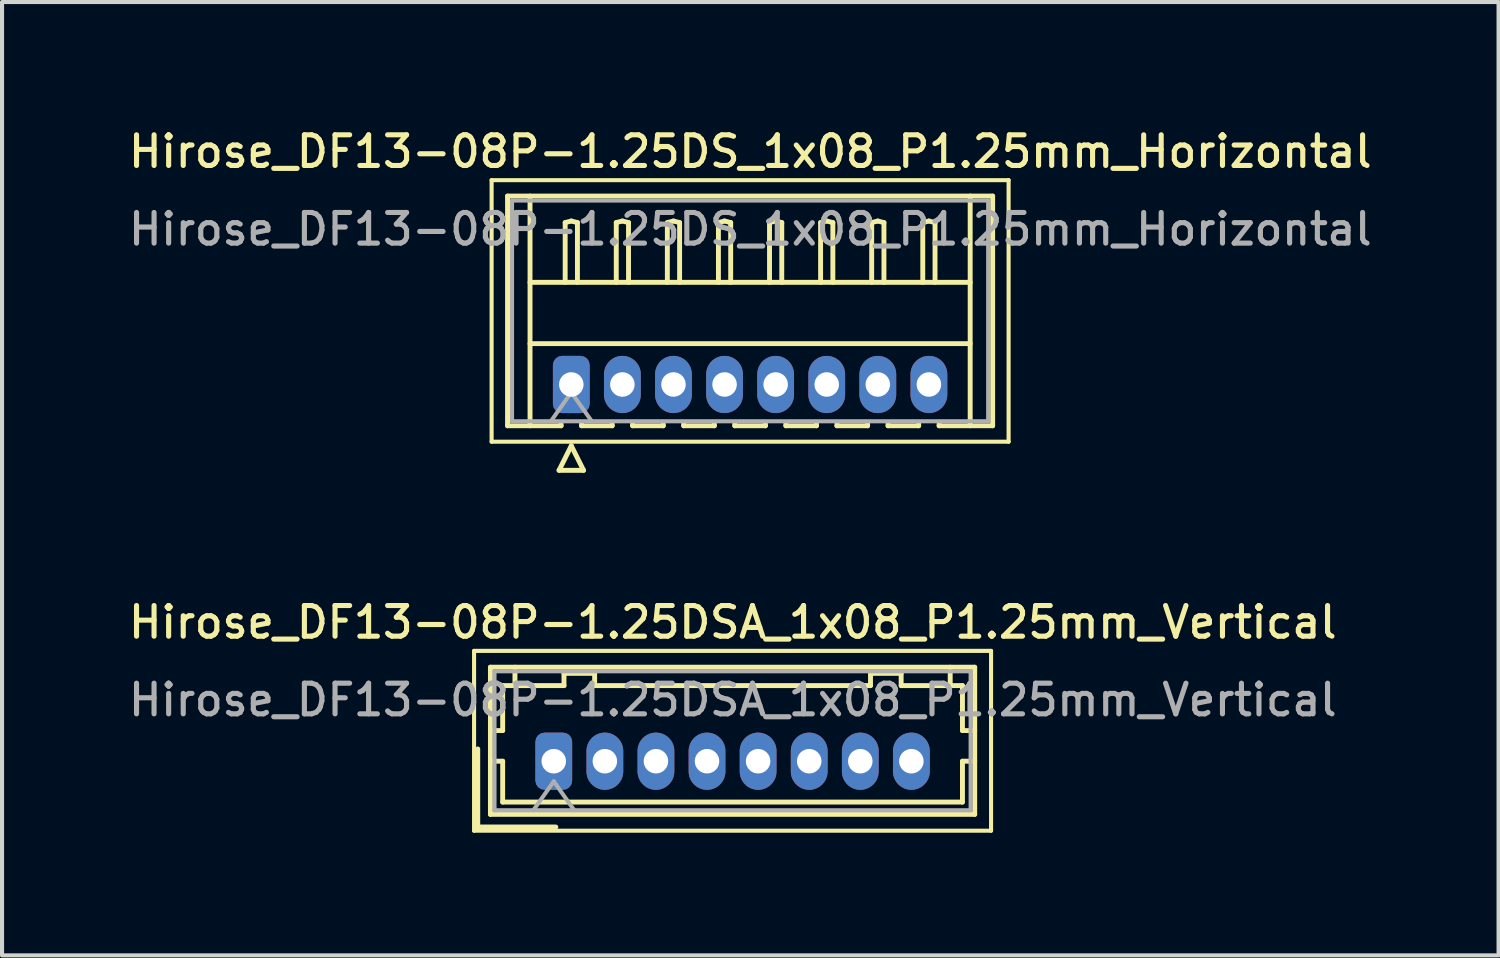
<source format=kicad_pcb>
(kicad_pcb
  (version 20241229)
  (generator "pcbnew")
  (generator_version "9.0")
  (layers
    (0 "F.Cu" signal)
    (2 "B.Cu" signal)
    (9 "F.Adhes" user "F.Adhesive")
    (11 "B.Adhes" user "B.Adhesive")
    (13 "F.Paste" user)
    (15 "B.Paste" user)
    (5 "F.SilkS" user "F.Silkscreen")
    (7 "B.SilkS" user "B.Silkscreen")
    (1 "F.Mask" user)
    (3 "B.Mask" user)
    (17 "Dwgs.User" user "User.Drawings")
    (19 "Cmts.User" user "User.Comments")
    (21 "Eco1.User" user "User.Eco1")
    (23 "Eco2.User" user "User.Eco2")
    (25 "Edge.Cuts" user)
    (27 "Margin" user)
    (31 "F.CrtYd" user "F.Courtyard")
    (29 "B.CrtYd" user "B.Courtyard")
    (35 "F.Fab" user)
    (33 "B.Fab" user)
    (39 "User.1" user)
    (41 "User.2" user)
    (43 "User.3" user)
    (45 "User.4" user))
  (footprint "Hirose_DF13-08P-1.25DSA_1x08_P1.25mm_Vertical"
    (layer "F.Cu")
    (at 10.5 15.576)
    (property "Reference" "Hirose_DF13-08P-1.25DSA_1x08_P1.25mm_Vertical" (at 4.38 -3.4 0) (layer "F.SilkS") (effects (font (size 0.75 0.75) (thickness 0.125))))
    (attr through_hole)
    (fp_line (start -1.95 -2.7) (end -1.95 1.7) (stroke (width 0.1) (type solid)) (layer "F.SilkS"))
    (fp_line (start -1.95 1.7) (end 10.7 1.7) (stroke (width 0.1) (type solid)) (layer "F.SilkS"))
    (fp_line (start -1.86 -0.3) (end -1.86 1.61) (stroke (width 0.12) (type solid)) (layer "F.SilkS"))
    (fp_line (start -1.86 1.61) (end 0.05 1.61) (stroke (width 0.12) (type solid)) (layer "F.SilkS"))
    (fp_line (start -1.55 -2.3) (end -1.55 1.3) (stroke (width 0.12) (type solid)) (layer "F.SilkS"))
    (fp_line (start -1.55 -0.75) (end -1.25 -0.75) (stroke (width 0.12) (type solid)) (layer "F.SilkS"))
    (fp_line (start -1.55 0) (end -1.25 0) (stroke (width 0.12) (type solid)) (layer "F.SilkS"))
    (fp_line (start -1.55 1.3) (end 10.3 1.3) (stroke (width 0.12) (type solid)) (layer "F.SilkS"))
    (fp_line (start -1.25 -1.85) (end -0.95 -1.85) (stroke (width 0.12) (type solid)) (layer "F.SilkS"))
    (fp_line (start -1.25 -0.75) (end -1.25 -1.85) (stroke (width 0.12) (type solid)) (layer "F.SilkS"))
    (fp_line (start -1.25 0) (end -1.25 1) (stroke (width 0.12) (type solid)) (layer "F.SilkS"))
    (fp_line (start -1.25 1) (end 10 1) (stroke (width 0.12) (type solid)) (layer "F.SilkS"))
    (fp_line (start -0.95 -1.85) (end -0.95 -2.3) (stroke (width 0.12) (type solid)) (layer "F.SilkS"))
    (fp_line (start -0.95 -1.85) (end 0.25 -1.85) (stroke (width 0.12) (type solid)) (layer "F.SilkS"))
    (fp_line (start 0.25 -2.15) (end 1 -2.15) (stroke (width 0.12) (type solid)) (layer "F.SilkS"))
    (fp_line (start 0.25 -1.85) (end 0.25 -2.15) (stroke (width 0.12) (type solid)) (layer "F.SilkS"))
    (fp_line (start 1 -2.15) (end 1 -1.85) (stroke (width 0.12) (type solid)) (layer "F.SilkS"))
    (fp_line (start 1 -1.85) (end 7.75 -1.85) (stroke (width 0.12) (type solid)) (layer "F.SilkS"))
    (fp_line (start 7.75 -2.15) (end 8.5 -2.15) (stroke (width 0.12) (type solid)) (layer "F.SilkS"))
    (fp_line (start 7.75 -1.85) (end 7.75 -2.15) (stroke (width 0.12) (type solid)) (layer "F.SilkS"))
    (fp_line (start 8.5 -2.15) (end 8.5 -1.85) (stroke (width 0.12) (type solid)) (layer "F.SilkS"))
    (fp_line (start 8.5 -1.85) (end 9.7 -1.85) (stroke (width 0.12) (type solid)) (layer "F.SilkS"))
    (fp_line (start 9.7 -1.85) (end 9.7 -2.3) (stroke (width 0.12) (type solid)) (layer "F.SilkS"))
    (fp_line (start 10 -1.85) (end 9.7 -1.85) (stroke (width 0.12) (type solid)) (layer "F.SilkS"))
    (fp_line (start 10 -0.75) (end 10 -1.85) (stroke (width 0.12) (type solid)) (layer "F.SilkS"))
    (fp_line (start 10 0) (end 10.3 0) (stroke (width 0.12) (type solid)) (layer "F.SilkS"))
    (fp_line (start 10 1) (end 10 0) (stroke (width 0.12) (type solid)) (layer "F.SilkS"))
    (fp_line (start 10.3 -2.3) (end -1.55 -2.3) (stroke (width 0.12) (type solid)) (layer "F.SilkS"))
    (fp_line (start 10.3 -0.75) (end 10 -0.75) (stroke (width 0.12) (type solid)) (layer "F.SilkS"))
    (fp_line (start 10.3 1.3) (end 10.3 -2.3) (stroke (width 0.12) (type solid)) (layer "F.SilkS"))
    (fp_line (start 10.7 -2.7) (end -1.95 -2.7) (stroke (width 0.1) (type solid)) (layer "F.SilkS"))
    (fp_line (start 10.7 1.7) (end 10.7 -2.7) (stroke (width 0.1) (type solid)) (layer "F.SilkS"))
    (fp_line (start -1.45 -2.2) (end -1.45 1.2) (stroke (width 0.1) (type solid)) (layer "F.Fab"))
    (fp_line (start -1.45 1.2) (end 10.2 1.2) (stroke (width 0.1) (type solid)) (layer "F.Fab"))
    (fp_line (start -0.5 1.2) (end 0 0.493) (stroke (width 0.1) (type solid)) (layer "F.Fab"))
    (fp_line (start 0 0.493) (end 0.5 1.2) (stroke (width 0.1) (type solid)) (layer "F.Fab"))
    (fp_line (start 10.2 -2.2) (end -1.45 -2.2) (stroke (width 0.1) (type solid)) (layer "F.Fab"))
    (fp_line (start 10.2 1.2) (end 10.2 -2.2) (stroke (width 0.1) (type solid)) (layer "F.Fab"))
    (fp_text user "${REFERENCE}" (at 4.38 -1.5 0) (layer "F.Fab") (effects (font (size 0.75 0.75) (thickness 0.125))))
    (pad "1" thru_hole roundrect (at 0 0) (size 0.9 1.4) (drill 0.6) (layers "*.Cu" "*.Mask") (roundrect_rratio 0.25))
    (pad "2" thru_hole oval (at 1.25 0) (size 0.9 1.4) (drill 0.6) (layers "*.Cu" "*.Mask"))
    (pad "3" thru_hole oval (at 2.5 0) (size 0.9 1.4) (drill 0.6) (layers "*.Cu" "*.Mask"))
    (pad "4" thru_hole oval (at 3.75 0) (size 0.9 1.4) (drill 0.6) (layers "*.Cu" "*.Mask"))
    (pad "5" thru_hole oval (at 5 0) (size 0.9 1.4) (drill 0.6) (layers "*.Cu" "*.Mask"))
    (pad "6" thru_hole oval (at 6.25 0) (size 0.9 1.4) (drill 0.6) (layers "*.Cu" "*.Mask"))
    (pad "7" thru_hole oval (at 7.5 0) (size 0.9 1.4) (drill 0.6) (layers "*.Cu" "*.Mask"))
    (pad "8" thru_hole oval (at 8.75 0) (size 0.9 1.4) (drill 0.6) (layers "*.Cu" "*.Mask")))
  (footprint "Hirose_DF13-08P-1.25DS_1x08_P1.25mm_Horizontal"
    (layer "F.Cu")
    (at 10.929 6.358)
    (property "Reference" "Hirose_DF13-08P-1.25DS_1x08_P1.25mm_Horizontal" (at 4.38 -5.7 0) (layer "F.SilkS") (effects (font (size 0.75 0.75) (thickness 0.125))))
    (attr through_hole)
    (fp_line (start -1.95 -5) (end -1.95 1.4) (stroke (width 0.1) (type solid)) (layer "F.SilkS"))
    (fp_line (start -1.95 1.4) (end 10.7 1.4) (stroke (width 0.1) (type solid)) (layer "F.SilkS"))
    (fp_line (start -1.56 -4.61) (end 10.31 -4.61) (stroke (width 0.12) (type solid)) (layer "F.SilkS"))
    (fp_line (start -1.56 1.01) (end -1.56 -4.61) (stroke (width 0.12) (type solid)) (layer "F.SilkS"))
    (fp_line (start -1.01 -4.61) (end -1.01 1.01) (stroke (width 0.12) (type solid)) (layer "F.SilkS"))
    (fp_line (start -1.01 -2.5) (end 9.76 -2.5) (stroke (width 0.12) (type solid)) (layer "F.SilkS"))
    (fp_line (start -1.01 -1) (end 9.76 -1) (stroke (width 0.12) (type solid)) (layer "F.SilkS"))
    (fp_line (start -0.3 2.1) (end 0.3 2.1) (stroke (width 0.12) (type solid)) (layer "F.SilkS"))
    (fp_line (start -0.25 0.96) (end -0.25 1.01) (stroke (width 0.12) (type solid)) (layer "F.SilkS"))
    (fp_line (start -0.25 1.01) (end -1.56 1.01) (stroke (width 0.12) (type solid)) (layer "F.SilkS"))
    (fp_line (start -0.15 -3.962) (end 0 -4) (stroke (width 0.12) (type solid)) (layer "F.SilkS"))
    (fp_line (start -0.15 -2.5) (end -0.15 -3.962) (stroke (width 0.12) (type solid)) (layer "F.SilkS"))
    (fp_line (start 0 -4) (end 0.15 -3.962) (stroke (width 0.12) (type solid)) (layer "F.SilkS"))
    (fp_line (start 0 1.5) (end -0.3 2.1) (stroke (width 0.12) (type solid)) (layer "F.SilkS"))
    (fp_line (start 0.15 -3.962) (end 0.15 -2.5) (stroke (width 0.12) (type solid)) (layer "F.SilkS"))
    (fp_line (start 0.25 0.96) (end 0.25 1.01) (stroke (width 0.12) (type solid)) (layer "F.SilkS"))
    (fp_line (start 0.25 1.01) (end 1 1.01) (stroke (width 0.12) (type solid)) (layer "F.SilkS"))
    (fp_line (start 0.3 2.1) (end 0 1.5) (stroke (width 0.12) (type solid)) (layer "F.SilkS"))
    (fp_line (start 1 1.01) (end 1 0.96) (stroke (width 0.12) (type solid)) (layer "F.SilkS"))
    (fp_line (start 1.1 -3.962) (end 1.25 -4) (stroke (width 0.12) (type solid)) (layer "F.SilkS"))
    (fp_line (start 1.1 -2.5) (end 1.1 -3.962) (stroke (width 0.12) (type solid)) (layer "F.SilkS"))
    (fp_line (start 1.25 -4) (end 1.4 -3.962) (stroke (width 0.12) (type solid)) (layer "F.SilkS"))
    (fp_line (start 1.4 -3.962) (end 1.4 -2.5) (stroke (width 0.12) (type solid)) (layer "F.SilkS"))
    (fp_line (start 1.5 0.96) (end 1.5 1.01) (stroke (width 0.12) (type solid)) (layer "F.SilkS"))
    (fp_line (start 1.5 1.01) (end 2.25 1.01) (stroke (width 0.12) (type solid)) (layer "F.SilkS"))
    (fp_line (start 2.25 1.01) (end 2.25 0.96) (stroke (width 0.12) (type solid)) (layer "F.SilkS"))
    (fp_line (start 2.35 -3.962) (end 2.5 -4) (stroke (width 0.12) (type solid)) (layer "F.SilkS"))
    (fp_line (start 2.35 -2.5) (end 2.35 -3.962) (stroke (width 0.12) (type solid)) (layer "F.SilkS"))
    (fp_line (start 2.5 -4) (end 2.65 -3.962) (stroke (width 0.12) (type solid)) (layer "F.SilkS"))
    (fp_line (start 2.65 -3.962) (end 2.65 -2.5) (stroke (width 0.12) (type solid)) (layer "F.SilkS"))
    (fp_line (start 2.75 0.96) (end 2.75 1.01) (stroke (width 0.12) (type solid)) (layer "F.SilkS"))
    (fp_line (start 2.75 1.01) (end 3.5 1.01) (stroke (width 0.12) (type solid)) (layer "F.SilkS"))
    (fp_line (start 3.5 1.01) (end 3.5 0.96) (stroke (width 0.12) (type solid)) (layer "F.SilkS"))
    (fp_line (start 3.6 -3.962) (end 3.75 -4) (stroke (width 0.12) (type solid)) (layer "F.SilkS"))
    (fp_line (start 3.6 -2.5) (end 3.6 -3.962) (stroke (width 0.12) (type solid)) (layer "F.SilkS"))
    (fp_line (start 3.75 -4) (end 3.9 -3.962) (stroke (width 0.12) (type solid)) (layer "F.SilkS"))
    (fp_line (start 3.9 -3.962) (end 3.9 -2.5) (stroke (width 0.12) (type solid)) (layer "F.SilkS"))
    (fp_line (start 4 0.96) (end 4 1.01) (stroke (width 0.12) (type solid)) (layer "F.SilkS"))
    (fp_line (start 4 1.01) (end 4.75 1.01) (stroke (width 0.12) (type solid)) (layer "F.SilkS"))
    (fp_line (start 4.75 1.01) (end 4.75 0.96) (stroke (width 0.12) (type solid)) (layer "F.SilkS"))
    (fp_line (start 4.85 -3.962) (end 5 -4) (stroke (width 0.12) (type solid)) (layer "F.SilkS"))
    (fp_line (start 4.85 -2.5) (end 4.85 -3.962) (stroke (width 0.12) (type solid)) (layer "F.SilkS"))
    (fp_line (start 5 -4) (end 5.15 -3.962) (stroke (width 0.12) (type solid)) (layer "F.SilkS"))
    (fp_line (start 5.15 -3.962) (end 5.15 -2.5) (stroke (width 0.12) (type solid)) (layer "F.SilkS"))
    (fp_line (start 5.25 0.96) (end 5.25 1.01) (stroke (width 0.12) (type solid)) (layer "F.SilkS"))
    (fp_line (start 5.25 1.01) (end 6 1.01) (stroke (width 0.12) (type solid)) (layer "F.SilkS"))
    (fp_line (start 6 1.01) (end 6 0.96) (stroke (width 0.12) (type solid)) (layer "F.SilkS"))
    (fp_line (start 6.1 -3.962) (end 6.25 -4) (stroke (width 0.12) (type solid)) (layer "F.SilkS"))
    (fp_line (start 6.1 -2.5) (end 6.1 -3.962) (stroke (width 0.12) (type solid)) (layer "F.SilkS"))
    (fp_line (start 6.25 -4) (end 6.4 -3.962) (stroke (width 0.12) (type solid)) (layer "F.SilkS"))
    (fp_line (start 6.4 -3.962) (end 6.4 -2.5) (stroke (width 0.12) (type solid)) (layer "F.SilkS"))
    (fp_line (start 6.5 0.96) (end 6.5 1.01) (stroke (width 0.12) (type solid)) (layer "F.SilkS"))
    (fp_line (start 6.5 1.01) (end 7.25 1.01) (stroke (width 0.12) (type solid)) (layer "F.SilkS"))
    (fp_line (start 7.25 1.01) (end 7.25 0.96) (stroke (width 0.12) (type solid)) (layer "F.SilkS"))
    (fp_line (start 7.35 -3.962) (end 7.5 -4) (stroke (width 0.12) (type solid)) (layer "F.SilkS"))
    (fp_line (start 7.35 -2.5) (end 7.35 -3.962) (stroke (width 0.12) (type solid)) (layer "F.SilkS"))
    (fp_line (start 7.5 -4) (end 7.65 -3.962) (stroke (width 0.12) (type solid)) (layer "F.SilkS"))
    (fp_line (start 7.65 -3.962) (end 7.65 -2.5) (stroke (width 0.12) (type solid)) (layer "F.SilkS"))
    (fp_line (start 7.75 0.96) (end 7.75 1.01) (stroke (width 0.12) (type solid)) (layer "F.SilkS"))
    (fp_line (start 7.75 1.01) (end 8.5 1.01) (stroke (width 0.12) (type solid)) (layer "F.SilkS"))
    (fp_line (start 8.5 1.01) (end 8.5 0.96) (stroke (width 0.12) (type solid)) (layer "F.SilkS"))
    (fp_line (start 8.6 -3.962) (end 8.75 -4) (stroke (width 0.12) (type solid)) (layer "F.SilkS"))
    (fp_line (start 8.6 -2.5) (end 8.6 -3.962) (stroke (width 0.12) (type solid)) (layer "F.SilkS"))
    (fp_line (start 8.75 -4) (end 8.9 -3.962) (stroke (width 0.12) (type solid)) (layer "F.SilkS"))
    (fp_line (start 8.9 -3.962) (end 8.9 -2.5) (stroke (width 0.12) (type solid)) (layer "F.SilkS"))
    (fp_line (start 9 1.01) (end 9 0.96) (stroke (width 0.12) (type solid)) (layer "F.SilkS"))
    (fp_line (start 9.76 -4.61) (end 9.76 1.01) (stroke (width 0.12) (type solid)) (layer "F.SilkS"))
    (fp_line (start 10.31 -4.61) (end 10.31 1.01) (stroke (width 0.12) (type solid)) (layer "F.SilkS"))
    (fp_line (start 10.31 1.01) (end 9 1.01) (stroke (width 0.12) (type solid)) (layer "F.SilkS"))
    (fp_line (start 10.7 -5) (end -1.95 -5) (stroke (width 0.1) (type solid)) (layer "F.SilkS"))
    (fp_line (start 10.7 1.4) (end 10.7 -5) (stroke (width 0.1) (type solid)) (layer "F.SilkS"))
    (fp_line (start -1.45 -4.5) (end -1.45 0.9) (stroke (width 0.1) (type solid)) (layer "F.Fab"))
    (fp_line (start -1.45 0.9) (end 10.2 0.9) (stroke (width 0.1) (type solid)) (layer "F.Fab"))
    (fp_line (start -0.5 0.9) (end 0 0.193) (stroke (width 0.1) (type solid)) (layer "F.Fab"))
    (fp_line (start 0 0.193) (end 0.5 0.9) (stroke (width 0.1) (type solid)) (layer "F.Fab"))
    (fp_line (start 10.2 -4.5) (end -1.45 -4.5) (stroke (width 0.1) (type solid)) (layer "F.Fab"))
    (fp_line (start 10.2 0.9) (end 10.2 -4.5) (stroke (width 0.1) (type solid)) (layer "F.Fab"))
    (fp_text user "${REFERENCE}" (at 4.38 -3.8 0) (layer "F.Fab") (effects (font (size 0.75 0.75) (thickness 0.125))))
    (pad "1" thru_hole roundrect (at 0 0) (size 0.9 1.4) (drill 0.6) (layers "*.Cu" "*.Mask") (roundrect_rratio 0.25))
    (pad "2" thru_hole oval (at 1.25 0) (size 0.9 1.4) (drill 0.6) (layers "*.Cu" "*.Mask"))
    (pad "3" thru_hole oval (at 2.5 0) (size 0.9 1.4) (drill 0.6) (layers "*.Cu" "*.Mask"))
    (pad "4" thru_hole oval (at 3.75 0) (size 0.9 1.4) (drill 0.6) (layers "*.Cu" "*.Mask"))
    (pad "5" thru_hole oval (at 5 0) (size 0.9 1.4) (drill 0.6) (layers "*.Cu" "*.Mask"))
    (pad "6" thru_hole oval (at 6.25 0) (size 0.9 1.4) (drill 0.6) (layers "*.Cu" "*.Mask"))
    (pad "7" thru_hole oval (at 7.5 0) (size 0.9 1.4) (drill 0.6) (layers "*.Cu" "*.Mask"))
    (pad "8" thru_hole oval (at 8.75 0) (size 0.9 1.4) (drill 0.6) (layers "*.Cu" "*.Mask")))
  (gr_rect
    (start -3 -3)
    (end 33.618 20.326)
    (stroke (width 0.1) (type default))
    (fill no)
    (layer "Edge.Cuts")))
</source>
